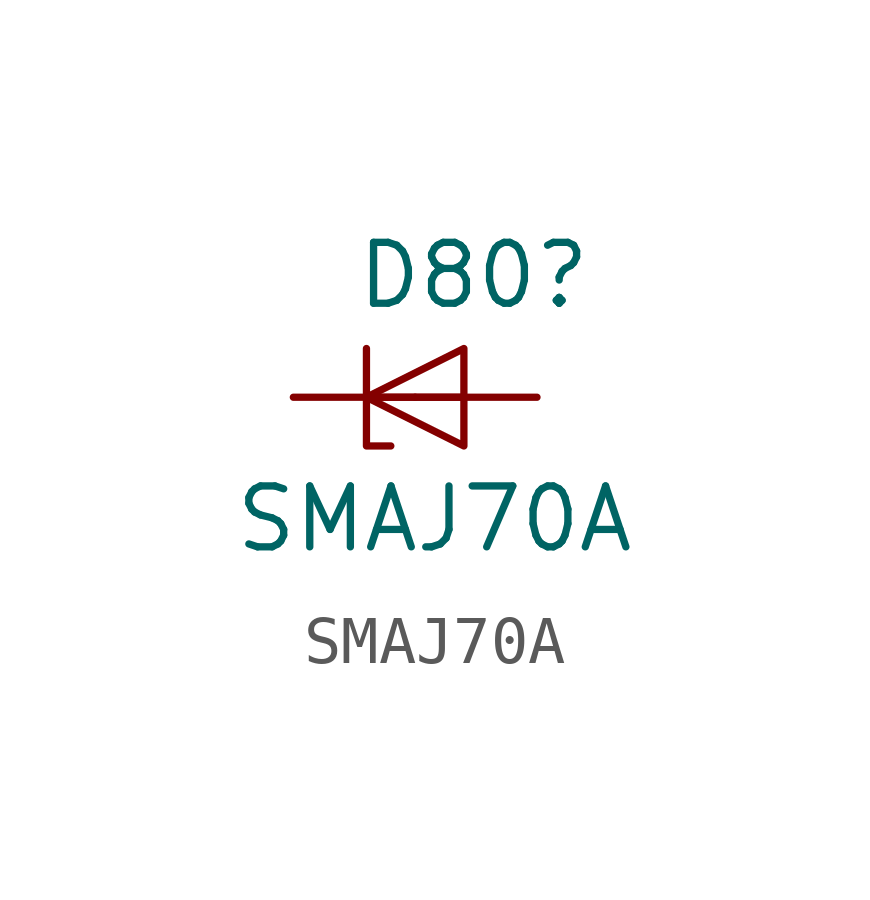
<source format=kicad_sym>
(kicad_symbol_lib
  (version 20211014)
  (generator kicad_symbol_editor)
  (symbol "SMAJ70A"
    (pin_numbers hide)
    (pin_names hide)
    (property "Reference" "D80"
      (at -1.27 2.54 0)
      (effects (font (size 1.27 1.27)) (justify left)))
    (property "Value" "SMAJ70A"
      (at -3.81 -2.54 0)
      (effects (font (size 1.27 1.27)) (justify left)))
    (symbol "SMAJ70A_0_1"
      (polyline (pts (xy -1.016 0) (xy 1.016 0)) (stroke (width 0) (type default) (color 0 0 0 0)) (fill (type none)))
      (polyline (pts (xy -1.016 1.016) (xy -1.016 -1.016) (xy -0.508 -1.016)) (stroke (width 0) (type default) (color 0 0 0 0)) (fill (type none)))
      (polyline (pts (xy 1.016 1.016) (xy -1.016 0) (xy 1.016 -1.016) (xy 1.016 1.016)) (stroke (width 0) (type default) (color 0 0 0 0)) (fill (type none))))
    (symbol "SMAJ70A_1_1"
      (pin passive line (at -2.54 0 0) (length 2.54) (name "K1" (effects (font (size 1.27 1.27)))) (number "1" (effects (font (size 1.27 1.27)))))
      (pin passive line (at 2.54 0 180) (length 2.54) (name "A" (effects (font (size 1.27 1.27)))) (number "2" (effects (font (size 1.27 1.27))))))))
</source>
